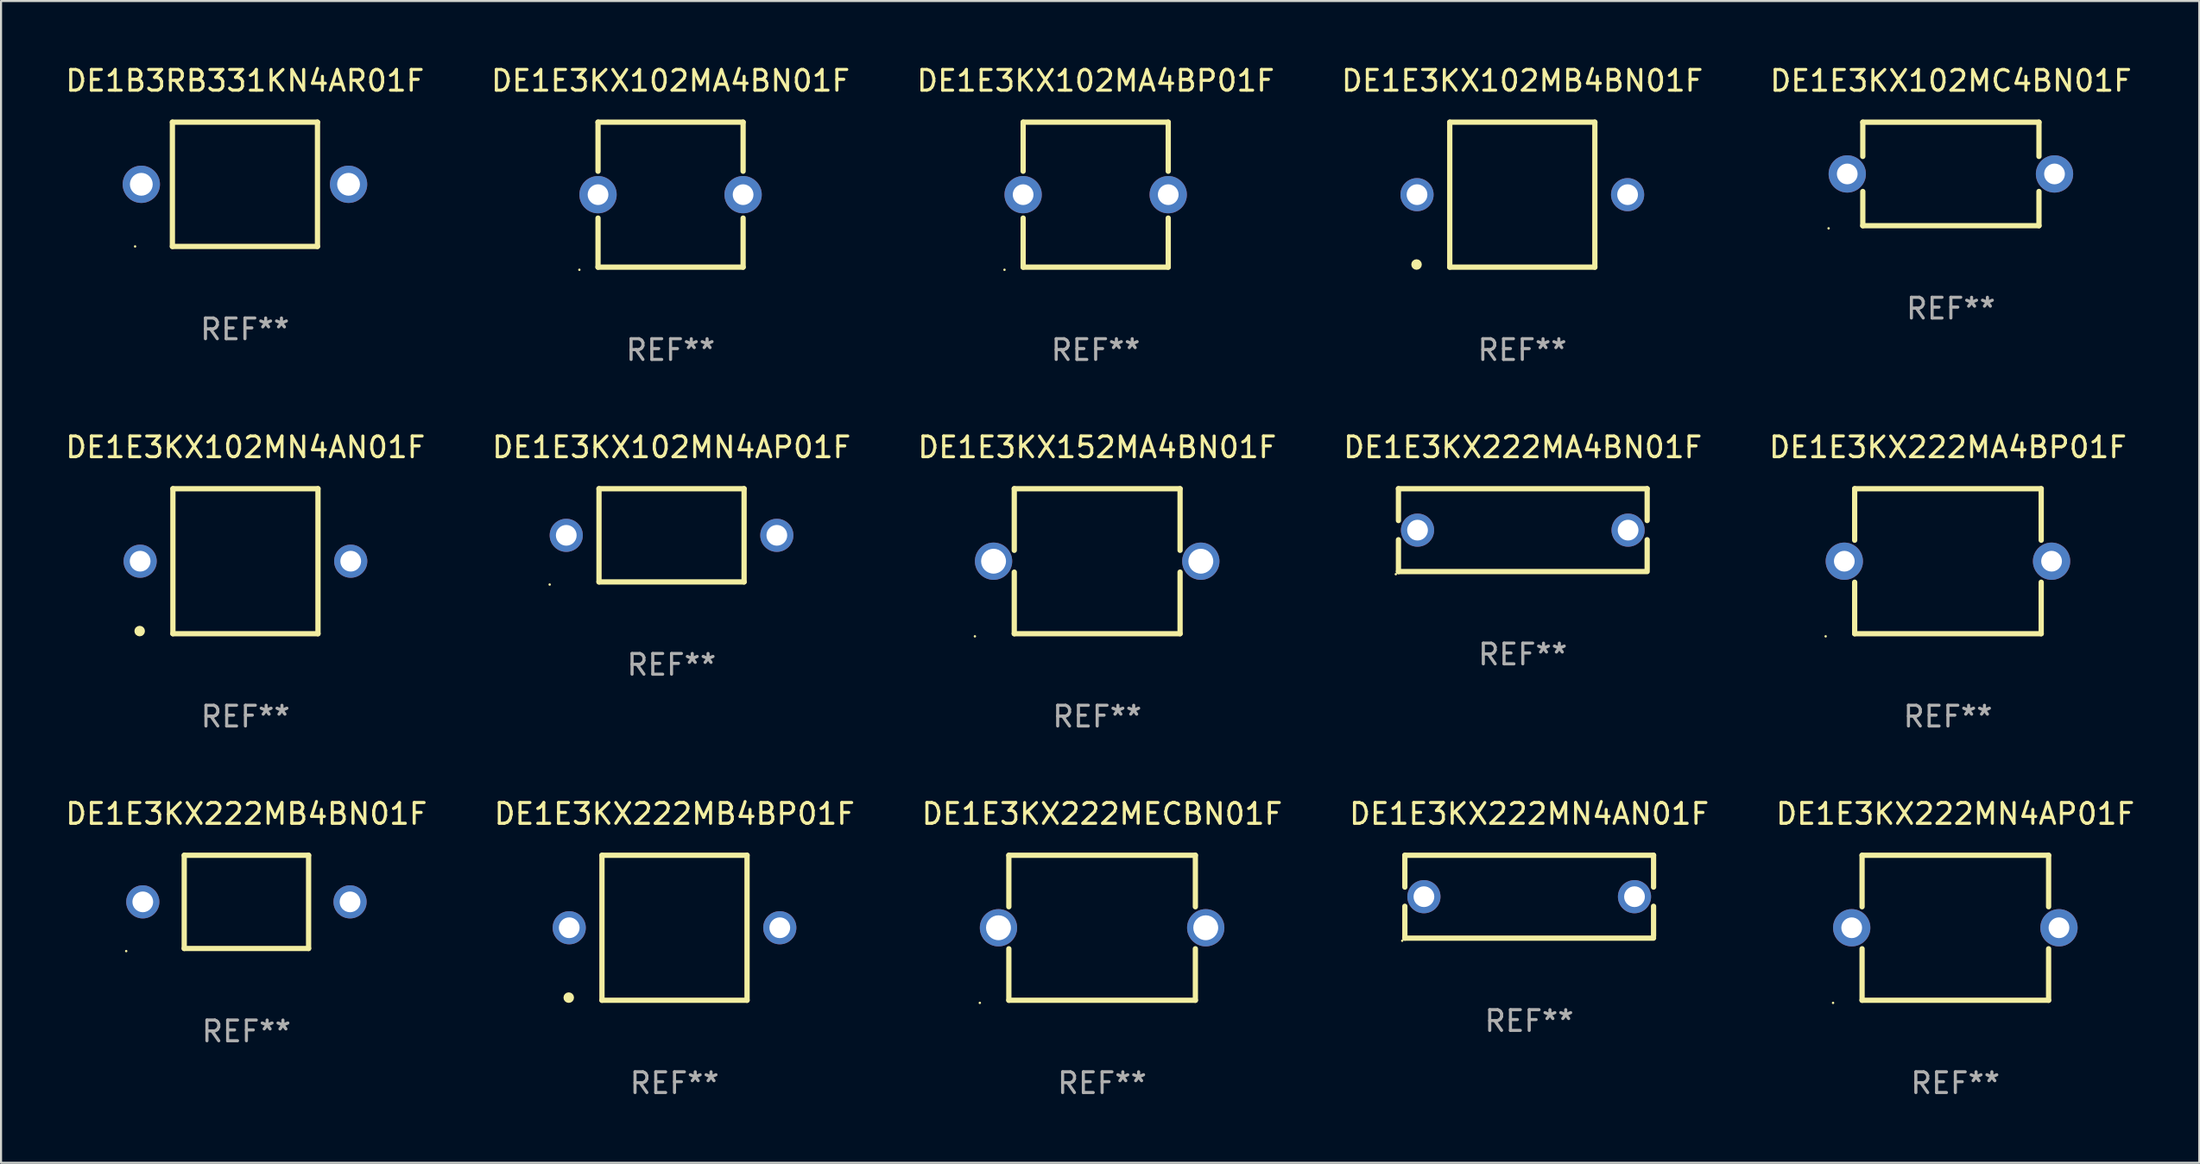
<source format=kicad_pcb>
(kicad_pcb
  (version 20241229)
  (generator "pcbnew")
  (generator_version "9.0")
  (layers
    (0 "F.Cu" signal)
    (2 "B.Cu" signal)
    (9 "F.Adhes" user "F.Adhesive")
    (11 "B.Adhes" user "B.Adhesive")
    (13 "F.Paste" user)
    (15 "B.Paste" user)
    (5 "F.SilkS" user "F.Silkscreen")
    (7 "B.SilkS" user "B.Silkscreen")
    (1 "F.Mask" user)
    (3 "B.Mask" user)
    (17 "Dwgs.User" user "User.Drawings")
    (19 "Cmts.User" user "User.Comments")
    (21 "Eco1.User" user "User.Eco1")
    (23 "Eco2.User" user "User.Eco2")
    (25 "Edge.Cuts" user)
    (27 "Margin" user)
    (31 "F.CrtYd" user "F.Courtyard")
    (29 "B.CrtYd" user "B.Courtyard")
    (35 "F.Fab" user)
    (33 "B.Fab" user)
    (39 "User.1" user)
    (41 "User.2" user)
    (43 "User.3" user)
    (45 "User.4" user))
  (footprint "DE1E3KX222MB4BP01F"
    (layer "F.Cu")
    (at 29.494 41.742)
    (property "Reference" "DE1E3KX222MB4BP01F" (at 0 -5.5 0) (layer "F.SilkS") (effects (font (size 1 1) (thickness 0.15))))
    (attr through_hole)
    (fp_line (start -3.5 -3.5) (end -3.5 3.5) (stroke (width 0.254) (type solid)) (layer "F.SilkS"))
    (fp_line (start -3.5 -3.5) (end 3.5 -3.5) (stroke (width 0.254) (type solid)) (layer "F.SilkS"))
    (fp_line (start 3.5 3.5) (end -3.5 3.5) (stroke (width 0.254) (type solid)) (layer "F.SilkS"))
    (fp_line (start 3.5 3.5) (end 3.5 -3.5) (stroke (width 0.254) (type solid)) (layer "F.SilkS"))
    (fp_circle (center -5.103 3.373) (end -4.976 3.373) (stroke (width 0.254) (type solid)) (fill no) (layer "F.SilkS"))
    (fp_text user "REF**" (at 0 7.5 0) (layer "F.Fab") (effects (font (size 1 1) (thickness 0.15))))
    (pad "1" thru_hole circle (at -5.08 -0.000254) (size 1.6 1.6) (drill 1) (layers "*.Cu" "*.Mask"))
    (pad "2" thru_hole circle (at 5.08 -0.000254) (size 1.6 1.6) (drill 1) (layers "*.Cu" "*.Mask")))
  (footprint "DE1B3RB331KN4AR01F"
    (layer "F.Cu")
    (at 8.768 5.848)
    (property "Reference" "DE1B3RB331KN4AR01F" (at 0 -5 0) (layer "F.SilkS") (effects (font (size 1 1) (thickness 0.15))))
    (attr through_hole)
    (fp_line (start -3.5 -3) (end 3.5 -3) (stroke (width 0.254) (type solid)) (layer "F.SilkS"))
    (fp_line (start -3.5 3) (end -3.5 -3) (stroke (width 0.254) (type solid)) (layer "F.SilkS"))
    (fp_line (start 3.5 -3) (end 3.5 3) (stroke (width 0.254) (type solid)) (layer "F.SilkS"))
    (fp_line (start 3.5 3) (end -3.5 3) (stroke (width 0.254) (type solid)) (layer "F.SilkS"))
    (fp_circle (center -5.3 3) (end -5.27 3) (stroke (width 0.06) (type solid)) (fill no) (layer "F.SilkS"))
    (fp_text user "REF**" (at 0 7 0) (layer "F.Fab") (effects (font (size 1 1) (thickness 0.15))))
    (pad "1" thru_hole circle (at -5 0) (size 1.8 1.8) (drill 1.1) (layers "*.Cu" "*.Mask"))
    (pad "2" thru_hole circle (at 5 0) (size 1.8 1.8) (drill 1.1) (layers "*.Cu" "*.Mask")))
  (footprint "DE1E3KX102MC4BN01F"
    (layer "F.Cu")
    (at 91.077 5.348)
    (property "Reference" "DE1E3KX102MC4BN01F" (at 0 -4.499 0) (layer "F.SilkS") (effects (font (size 1 1) (thickness 0.15))))
    (attr through_hole)
    (fp_line (start -4.25 -2.499) (end -4.25 -0.846) (stroke (width 0.254) (type solid)) (layer "F.SilkS"))
    (fp_line (start -4.25 -2.499) (end 4.25 -2.499) (stroke (width 0.254) (type solid)) (layer "F.SilkS"))
    (fp_line (start -4.25 0.846) (end -4.25 2.499) (stroke (width 0.254) (type solid)) (layer "F.SilkS"))
    (fp_line (start 4.25 -0.846) (end 4.25 -2.499) (stroke (width 0.254) (type solid)) (layer "F.SilkS"))
    (fp_line (start 4.25 2.499) (end -4.25 2.499) (stroke (width 0.254) (type solid)) (layer "F.SilkS"))
    (fp_line (start 4.25 2.499) (end 4.25 0.846) (stroke (width 0.254) (type solid)) (layer "F.SilkS"))
    (fp_circle (center -5.9 2.626) (end -5.87 2.626) (stroke (width 0.06) (type solid)) (fill no) (layer "F.SilkS"))
    (fp_text user "REF**" (at 0 6.499 0) (layer "F.Fab") (effects (font (size 1 1) (thickness 0.15))))
    (pad "1" thru_hole circle (at -5 0) (size 1.8 1.8) (drill 1) (layers "*.Cu" "*.Mask"))
    (pad "2" thru_hole circle (at 5 0) (size 1.8 1.8) (drill 1) (layers "*.Cu" "*.Mask")))
  (footprint "DE1E3KX222MN4AP01F"
    (layer "F.Cu")
    (at 91.292 41.742)
    (property "Reference" "DE1E3KX222MN4AP01F" (at 0 -5.5 0) (layer "F.SilkS") (effects (font (size 1 1) (thickness 0.15))))
    (attr through_hole)
    (fp_line (start -4.5 -3.5) (end -4.5 -1.014) (stroke (width 0.254) (type solid)) (layer "F.SilkS"))
    (fp_line (start -4.5 -3.5) (end 4.5 -3.5) (stroke (width 0.254) (type solid)) (layer "F.SilkS"))
    (fp_line (start -4.5 1.014) (end -4.5 3.5) (stroke (width 0.254) (type solid)) (layer "F.SilkS"))
    (fp_line (start -4.5 3.5) (end 4.5 3.5) (stroke (width 0.254) (type solid)) (layer "F.SilkS"))
    (fp_line (start 4.5 -3.5) (end 4.5 -1.014) (stroke (width 0.254) (type solid)) (layer "F.SilkS"))
    (fp_line (start 4.5 1.014) (end 4.5 3.5) (stroke (width 0.254) (type solid)) (layer "F.SilkS"))
    (fp_circle (center -5.9 3.627) (end -5.87 3.627) (stroke (width 0.06) (type solid)) (fill no) (layer "F.SilkS"))
    (fp_text user "REF**" (at 0 7.5 0) (layer "F.Fab") (effects (font (size 1 1) (thickness 0.15))))
    (pad "1" thru_hole circle (at -5 0) (size 1.8 1.8) (drill 1) (layers "*.Cu" "*.Mask"))
    (pad "2" thru_hole circle (at 5 0) (size 1.8 1.8) (drill 1) (layers "*.Cu" "*.Mask")))
  (footprint "DE1E3KX222MN4AN01F"
    (layer "F.Cu")
    (at 70.732 40.242)
    (property "Reference" "DE1E3KX222MN4AN01F" (at 0 -4 0) (layer "F.SilkS") (effects (font (size 1 1) (thickness 0.15))))
    (attr through_hole)
    (fp_line (start -6 -2) (end 6 -2) (stroke (width 0.254) (type solid)) (layer "F.SilkS"))
    (fp_line (start -6 -0.463) (end -6 -2) (stroke (width 0.254) (type solid)) (layer "F.SilkS"))
    (fp_line (start -6 2) (end -6 0.463) (stroke (width 0.254) (type solid)) (layer "F.SilkS"))
    (fp_line (start 6 -2) (end 6 -0.463) (stroke (width 0.254) (type solid)) (layer "F.SilkS"))
    (fp_line (start 6 0.463) (end 6 1.905) (stroke (width 0.254) (type solid)) (layer "F.SilkS"))
    (fp_line (start 6 2) (end -6 2) (stroke (width 0.254) (type solid)) (layer "F.SilkS"))
    (fp_circle (center -6.127 2.127) (end -6.097 2.127) (stroke (width 0.06) (type solid)) (fill no) (layer "F.SilkS"))
    (fp_text user "REF**" (at 0 6 0) (layer "F.Fab") (effects (font (size 1 1) (thickness 0.15))))
    (pad "1" thru_hole circle (at -5.08 0) (size 1.6 1.6) (drill 1) (layers "*.Cu" "*.Mask"))
    (pad "2" thru_hole circle (at 5.08 0) (size 1.6 1.6) (drill 1) (layers "*.Cu" "*.Mask")))
  (footprint "DE1E3KX222MA4BN01F"
    (layer "F.Cu")
    (at 70.423 22.545)
    (property "Reference" "DE1E3KX222MA4BN01F" (at 0 -4 0) (layer "F.SilkS") (effects (font (size 1 1) (thickness 0.15))))
    (attr through_hole)
    (fp_line (start -6 -2) (end 6 -2) (stroke (width 0.254) (type solid)) (layer "F.SilkS"))
    (fp_line (start -6 -0.463) (end -6 -2) (stroke (width 0.254) (type solid)) (layer "F.SilkS"))
    (fp_line (start -6 2) (end -6 0.463) (stroke (width 0.254) (type solid)) (layer "F.SilkS"))
    (fp_line (start 6 -2) (end 6 -0.463) (stroke (width 0.254) (type solid)) (layer "F.SilkS"))
    (fp_line (start 6 0.463) (end 6 1.905) (stroke (width 0.254) (type solid)) (layer "F.SilkS"))
    (fp_line (start 6 2) (end -6 2) (stroke (width 0.254) (type solid)) (layer "F.SilkS"))
    (fp_circle (center -6.127 2.127) (end -6.097 2.127) (stroke (width 0.06) (type solid)) (fill no) (layer "F.SilkS"))
    (fp_text user "REF**" (at 0 6 0) (layer "F.Fab") (effects (font (size 1 1) (thickness 0.15))))
    (pad "1" thru_hole circle (at -5.08 0) (size 1.6 1.6) (drill 1) (layers "*.Cu" "*.Mask"))
    (pad "2" thru_hole circle (at 5.08 0) (size 1.6 1.6) (drill 1) (layers "*.Cu" "*.Mask")))
  (footprint "DE1E3KX152MA4BN01F"
    (layer "F.Cu")
    (at 49.887 24.045)
    (property "Reference" "DE1E3KX152MA4BN01F" (at 0 -5.5 0) (layer "F.SilkS") (effects (font (size 1 1) (thickness 0.15))))
    (attr through_hole)
    (fp_line (start -4 -3.5) (end -4 -0.526) (stroke (width 0.254) (type solid)) (layer "F.SilkS"))
    (fp_line (start -4 -3.5) (end 4 -3.5) (stroke (width 0.254) (type solid)) (layer "F.SilkS"))
    (fp_line (start -4 0.526) (end -4 3.5) (stroke (width 0.254) (type solid)) (layer "F.SilkS"))
    (fp_line (start 4 -3.5) (end 4 -0.526) (stroke (width 0.254) (type solid)) (layer "F.SilkS"))
    (fp_line (start 4 0.526) (end 4 3.5) (stroke (width 0.254) (type solid)) (layer "F.SilkS"))
    (fp_line (start 4 3.5) (end -4 3.5) (stroke (width 0.254) (type solid)) (layer "F.SilkS"))
    (fp_circle (center -5.9 3.627) (end -5.87 3.627) (stroke (width 0.06) (type solid)) (fill no) (layer "F.SilkS"))
    (fp_text user "REF**" (at 0 7.5 0) (layer "F.Fab") (effects (font (size 1 1) (thickness 0.15))))
    (pad "1" thru_hole circle (at -5 0) (size 1.8 1.8) (drill 1.2) (layers "*.Cu" "*.Mask"))
    (pad "2" thru_hole circle (at 5 0) (size 1.8 1.8) (drill 1.2) (layers "*.Cu" "*.Mask")))
  (footprint "DE1E3KX102MB4BN01F"
    (layer "F.Cu")
    (at 70.399 6.348)
    (property "Reference" "DE1E3KX102MB4BN01F" (at 0 -5.5 0) (layer "F.SilkS") (effects (font (size 1 1) (thickness 0.15))))
    (attr through_hole)
    (fp_line (start -3.5 -3.5) (end -3.5 3.5) (stroke (width 0.254) (type solid)) (layer "F.SilkS"))
    (fp_line (start -3.5 -3.5) (end 3.5 -3.5) (stroke (width 0.254) (type solid)) (layer "F.SilkS"))
    (fp_line (start 3.5 3.5) (end -3.5 3.5) (stroke (width 0.254) (type solid)) (layer "F.SilkS"))
    (fp_line (start 3.5 3.5) (end 3.5 -3.5) (stroke (width 0.254) (type solid)) (layer "F.SilkS"))
    (fp_circle (center -5.103 3.373) (end -4.976 3.373) (stroke (width 0.254) (type solid)) (fill no) (layer "F.SilkS"))
    (fp_text user "REF**" (at 0 7.5 0) (layer "F.Fab") (effects (font (size 1 1) (thickness 0.15))))
    (pad "1" thru_hole circle (at -5.08 -0.000254) (size 1.6 1.6) (drill 1) (layers "*.Cu" "*.Mask"))
    (pad "2" thru_hole circle (at 5.08 -0.000254) (size 1.6 1.6) (drill 1) (layers "*.Cu" "*.Mask")))
  (footprint "DE1E3KX222MECBN01F"
    (layer "F.Cu")
    (at 50.125 41.742)
    (property "Reference" "DE1E3KX222MECBN01F" (at 0 -5.5 0) (layer "F.SilkS") (effects (font (size 1 1) (thickness 0.15))))
    (attr through_hole)
    (fp_line (start -4.5 -3.5) (end -4.5 -1.014) (stroke (width 0.254) (type solid)) (layer "F.SilkS"))
    (fp_line (start -4.5 -3.5) (end 4.5 -3.5) (stroke (width 0.254) (type solid)) (layer "F.SilkS"))
    (fp_line (start -4.5 1.014) (end -4.5 3.5) (stroke (width 0.254) (type solid)) (layer "F.SilkS"))
    (fp_line (start 4.5 -3.5) (end 4.5 -1.014) (stroke (width 0.254) (type solid)) (layer "F.SilkS"))
    (fp_line (start 4.5 1.014) (end 4.5 3.5) (stroke (width 0.254) (type solid)) (layer "F.SilkS"))
    (fp_line (start 4.5 3.5) (end -4.5 3.5) (stroke (width 0.254) (type solid)) (layer "F.SilkS"))
    (fp_circle (center -5.9 3.627) (end -5.87 3.627) (stroke (width 0.06) (type solid)) (fill no) (layer "F.SilkS"))
    (fp_text user "REF**" (at 0 7.5 0) (layer "F.Fab") (effects (font (size 1 1) (thickness 0.15))))
    (pad "1" thru_hole circle (at -5 0) (size 1.8 1.8) (drill 1.2) (layers "*.Cu" "*.Mask"))
    (pad "2" thru_hole circle (at 5 0) (size 1.8 1.8) (drill 1.2) (layers "*.Cu" "*.Mask")))
  (footprint "DE1E3KX102MA4BN01F"
    (layer "F.Cu")
    (at 29.304 6.348)
    (property "Reference" "DE1E3KX102MA4BN01F" (at 0 -5.5 0) (layer "F.SilkS") (effects (font (size 1 1) (thickness 0.15))))
    (attr through_hole)
    (fp_line (start -3.5 -3.5) (end -3.5 -1.131) (stroke (width 0.254) (type solid)) (layer "F.SilkS"))
    (fp_line (start -3.5 -3.5) (end 3.5 -3.5) (stroke (width 0.254) (type solid)) (layer "F.SilkS"))
    (fp_line (start -3.5 1.131) (end -3.5 3.5) (stroke (width 0.254) (type solid)) (layer "F.SilkS"))
    (fp_line (start 3.5 -1.131) (end 3.5 -3.5) (stroke (width 0.254) (type solid)) (layer "F.SilkS"))
    (fp_line (start 3.5 3.5) (end -3.5 3.5) (stroke (width 0.254) (type solid)) (layer "F.SilkS"))
    (fp_line (start 3.5 3.5) (end 3.5 1.131) (stroke (width 0.254) (type solid)) (layer "F.SilkS"))
    (fp_circle (center -4.4 3.627) (end -4.37 3.627) (stroke (width 0.06) (type solid)) (fill no) (layer "F.SilkS"))
    (fp_text user "REF**" (at 0 7.5 0) (layer "F.Fab") (effects (font (size 1 1) (thickness 0.15))))
    (pad "1" thru_hole circle (at -3.5 0) (size 1.8 1.8) (drill 1) (layers "*.Cu" "*.Mask"))
    (pad "2" thru_hole circle (at 3.5 0) (size 1.8 1.8) (drill 1) (layers "*.Cu" "*.Mask")))
  (footprint "DE1E3KX222MB4BN01F"
    (layer "F.Cu")
    (at 8.839 40.492)
    (property "Reference" "DE1E3KX222MB4BN01F" (at 0 -4.25 0) (layer "F.SilkS") (effects (font (size 1 1) (thickness 0.15))))
    (attr through_hole)
    (fp_line (start -3 -2.25) (end 3 -2.25) (stroke (width 0.254) (type solid)) (layer "F.SilkS"))
    (fp_line (start -3 2.25) (end -3 -2.25) (stroke (width 0.254) (type solid)) (layer "F.SilkS"))
    (fp_line (start 3 -2.25) (end 3 2.25) (stroke (width 0.254) (type solid)) (layer "F.SilkS"))
    (fp_line (start 3 2.25) (end -3 2.25) (stroke (width 0.254) (type solid)) (layer "F.SilkS"))
    (fp_circle (center -5.8 2.377) (end -5.77 2.377) (stroke (width 0.06) (type solid)) (fill no) (layer "F.SilkS"))
    (fp_text user "REF**" (at 0 6.25 0) (layer "F.Fab") (effects (font (size 1 1) (thickness 0.15))))
    (pad "1" thru_hole circle (at -5 0) (size 1.6 1.6) (drill 1) (layers "*.Cu" "*.Mask"))
    (pad "2" thru_hole circle (at 5 0) (size 1.6 1.6) (drill 1) (layers "*.Cu" "*.Mask")))
  (footprint "DE1E3KX102MN4AP01F"
    (layer "F.Cu")
    (at 29.351 22.795)
    (property "Reference" "DE1E3KX102MN4AP01F" (at 0 -4.25 0) (layer "F.SilkS") (effects (font (size 1 1) (thickness 0.15))))
    (attr through_hole)
    (fp_line (start -3.5 -2.25) (end 3.5 -2.25) (stroke (width 0.254) (type solid)) (layer "F.SilkS"))
    (fp_line (start -3.5 2.25) (end -3.5 -2.25) (stroke (width 0.254) (type solid)) (layer "F.SilkS"))
    (fp_line (start 3.5 -2.25) (end 3.5 2.25) (stroke (width 0.254) (type solid)) (layer "F.SilkS"))
    (fp_line (start 3.5 2.25) (end -3.5 2.25) (stroke (width 0.254) (type solid)) (layer "F.SilkS"))
    (fp_circle (center -5.88 2.377) (end -5.85 2.377) (stroke (width 0.06) (type solid)) (fill no) (layer "F.SilkS"))
    (fp_text user "REF**" (at 0 6.25 0) (layer "F.Fab") (effects (font (size 1 1) (thickness 0.15))))
    (pad "1" thru_hole circle (at -5.08 0) (size 1.6 1.6) (drill 1) (layers "*.Cu" "*.Mask"))
    (pad "2" thru_hole circle (at 5.08 0) (size 1.6 1.6) (drill 1) (layers "*.Cu" "*.Mask")))
  (footprint "DE1E3KX102MA4BP01F"
    (layer "F.Cu")
    (at 49.815 6.348)
    (property "Reference" "DE1E3KX102MA4BP01F" (at 0 -5.5 0) (layer "F.SilkS") (effects (font (size 1 1) (thickness 0.15))))
    (attr through_hole)
    (fp_line (start -3.5 -3.5) (end -3.5 -1.131) (stroke (width 0.254) (type solid)) (layer "F.SilkS"))
    (fp_line (start -3.5 -3.5) (end 3.5 -3.5) (stroke (width 0.254) (type solid)) (layer "F.SilkS"))
    (fp_line (start -3.5 1.131) (end -3.5 3.5) (stroke (width 0.254) (type solid)) (layer "F.SilkS"))
    (fp_line (start 3.5 -1.131) (end 3.5 -3.5) (stroke (width 0.254) (type solid)) (layer "F.SilkS"))
    (fp_line (start 3.5 3.5) (end -3.5 3.5) (stroke (width 0.254) (type solid)) (layer "F.SilkS"))
    (fp_line (start 3.5 3.5) (end 3.5 1.131) (stroke (width 0.254) (type solid)) (layer "F.SilkS"))
    (fp_circle (center -4.4 3.627) (end -4.37 3.627) (stroke (width 0.06) (type solid)) (fill no) (layer "F.SilkS"))
    (fp_text user "REF**" (at 0 7.5 0) (layer "F.Fab") (effects (font (size 1 1) (thickness 0.15))))
    (pad "1" thru_hole circle (at -3.5 0) (size 1.8 1.8) (drill 1) (layers "*.Cu" "*.Mask"))
    (pad "2" thru_hole circle (at 3.5 0) (size 1.8 1.8) (drill 1) (layers "*.Cu" "*.Mask")))
  (footprint "DE1E3KX222MA4BP01F"
    (layer "F.Cu")
    (at 90.935 24.045)
    (property "Reference" "DE1E3KX222MA4BP01F" (at 0 -5.5 0) (layer "F.SilkS") (effects (font (size 1 1) (thickness 0.15))))
    (attr through_hole)
    (fp_line (start -4.5 -3.5) (end -4.5 -1.014) (stroke (width 0.254) (type solid)) (layer "F.SilkS"))
    (fp_line (start -4.5 -3.5) (end 4.5 -3.5) (stroke (width 0.254) (type solid)) (layer "F.SilkS"))
    (fp_line (start -4.5 1.014) (end -4.5 3.5) (stroke (width 0.254) (type solid)) (layer "F.SilkS"))
    (fp_line (start -4.5 3.5) (end 4.5 3.5) (stroke (width 0.254) (type solid)) (layer "F.SilkS"))
    (fp_line (start 4.5 -3.5) (end 4.5 -1.014) (stroke (width 0.254) (type solid)) (layer "F.SilkS"))
    (fp_line (start 4.5 1.014) (end 4.5 3.5) (stroke (width 0.254) (type solid)) (layer "F.SilkS"))
    (fp_circle (center -5.9 3.627) (end -5.87 3.627) (stroke (width 0.06) (type solid)) (fill no) (layer "F.SilkS"))
    (fp_text user "REF**" (at 0 7.5 0) (layer "F.Fab") (effects (font (size 1 1) (thickness 0.15))))
    (pad "1" thru_hole circle (at -5 0) (size 1.8 1.8) (drill 1) (layers "*.Cu" "*.Mask"))
    (pad "2" thru_hole circle (at 5 0) (size 1.8 1.8) (drill 1) (layers "*.Cu" "*.Mask")))
  (footprint "DE1E3KX102MN4AN01F"
    (layer "F.Cu")
    (at 8.792 24.045)
    (property "Reference" "DE1E3KX102MN4AN01F" (at 0 -5.5 0) (layer "F.SilkS") (effects (font (size 1 1) (thickness 0.15))))
    (attr through_hole)
    (fp_line (start -3.5 -3.5) (end -3.5 3.5) (stroke (width 0.254) (type solid)) (layer "F.SilkS"))
    (fp_line (start -3.5 -3.5) (end 3.5 -3.5) (stroke (width 0.254) (type solid)) (layer "F.SilkS"))
    (fp_line (start 3.5 3.5) (end -3.5 3.5) (stroke (width 0.254) (type solid)) (layer "F.SilkS"))
    (fp_line (start 3.5 3.5) (end 3.5 -3.5) (stroke (width 0.254) (type solid)) (layer "F.SilkS"))
    (fp_circle (center -5.103 3.373) (end -4.976 3.373) (stroke (width 0.254) (type solid)) (fill no) (layer "F.SilkS"))
    (fp_text user "REF**" (at 0 7.5 0) (layer "F.Fab") (effects (font (size 1 1) (thickness 0.15))))
    (pad "1" thru_hole circle (at -5.08 -0.000254) (size 1.6 1.6) (drill 1) (layers "*.Cu" "*.Mask"))
    (pad "2" thru_hole circle (at 5.08 -0.000254) (size 1.6 1.6) (drill 1) (layers "*.Cu" "*.Mask")))
  (gr_rect
    (start -3 -3)
    (end 103.06 53.09)
    (stroke (width 0.1) (type default))
    (fill no)
    (layer "Edge.Cuts")))
</source>
